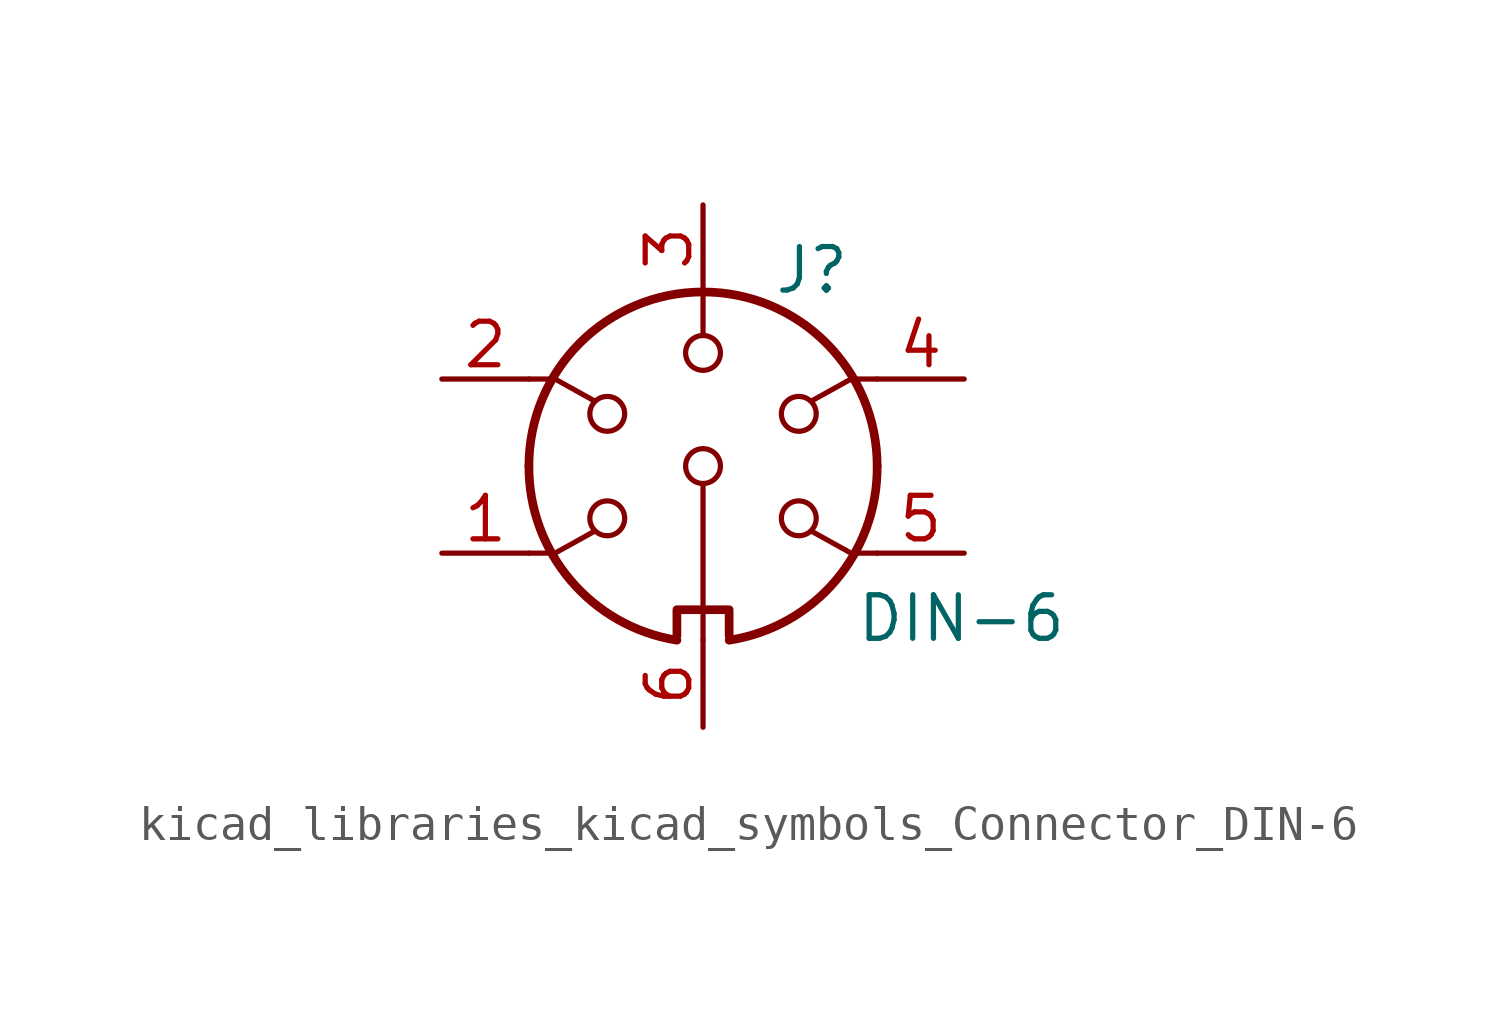
<source format=kicad_sym>
(kicad_symbol_lib
  (version 20220914)
  (generator kicad_symbol_editor)
  (symbol "kicad_libraries_kicad_symbols_Connector_DIN-6"
    (pin_names
      (offset 1.016))
    (property "Reference" "J"
      (at 3.175 5.715 0)
      (effects (font (size 1.27 1.27))))
    (property "Value" "DIN-6"
      (at 4.445 -4.445 0)
      (effects (font (size 1.27 1.27)) (justify left)))
    (symbol "kicad_libraries_kicad_symbols_Connector_DIN-6_0_1"
      (arc (start -5.08 0) (mid -3.8609 -3.3364) (end -0.762 -5.08) (stroke (width 0.254) (type default)) (fill (type none)))
      (circle (center -2.794 -1.524) (radius 0.508) (stroke (width 0) (type default)) (fill (type none)))
      (circle (center -2.794 1.524) (radius 0.508) (stroke (width 0) (type default)) (fill (type none)))
      (polyline (pts (xy 0 -5.08) (xy 0 -0.508)) (stroke (width 0) (type default)) (fill (type none)))
      (polyline (pts (xy 0 5.08) (xy 0 3.81)) (stroke (width 0) (type default)) (fill (type none)))
      (polyline (pts (xy -5.08 -2.54) (xy -4.318 -2.54) (xy -3.175 -1.905)) (stroke (width 0) (type default)) (fill (type none)))
      (polyline (pts (xy -5.08 2.54) (xy -4.318 2.54) (xy -3.175 1.905)) (stroke (width 0) (type default)) (fill (type none)))
      (polyline (pts (xy 5.08 -2.54) (xy 4.318 -2.54) (xy 3.175 -1.905)) (stroke (width 0) (type default)) (fill (type none)))
      (polyline (pts (xy 5.08 2.54) (xy 4.318 2.54) (xy 3.175 1.905)) (stroke (width 0) (type default)) (fill (type none)))
      (polyline (pts (xy -0.762 -4.953) (xy -0.762 -4.191) (xy 0.762 -4.191) (xy 0.762 -4.953)) (stroke (width 0.254) (type default)) (fill (type none)))
      (circle (center 0 0) (radius 0.508) (stroke (width 0) (type default)) (fill (type none)))
      (circle (center 0 3.302) (radius 0.508) (stroke (width 0) (type default)) (fill (type none)))
      (arc (start 0.762 -5.08) (mid 3.8685 -3.343) (end 5.08 0) (stroke (width 0.254) (type default)) (fill (type none)))
      (circle (center 2.794 -1.524) (radius 0.508) (stroke (width 0) (type default)) (fill (type none)))
      (circle (center 2.794 1.524) (radius 0.508) (stroke (width 0) (type default)) (fill (type none)))
      (arc (start 5.08 0) (mid 0 5.0579) (end -5.08 0) (stroke (width 0.254) (type default)) (fill (type none))))
    (symbol "kicad_libraries_kicad_symbols_Connector_DIN-6_1_1"
      (pin passive line (at -7.62 -2.54 0) (length 2.54) (name "~" (effects (font (size 1.27 1.27)))) (number "1" (effects (font (size 1.27 1.27)))))
      (pin passive line (at -7.62 2.54 0) (length 2.54) (name "~" (effects (font (size 1.27 1.27)))) (number "2" (effects (font (size 1.27 1.27)))))
      (pin passive line (at 0 7.62 270) (length 2.54) (name "~" (effects (font (size 1.27 1.27)))) (number "3" (effects (font (size 1.27 1.27)))))
      (pin passive line (at 7.62 2.54 180) (length 2.54) (name "~" (effects (font (size 1.27 1.27)))) (number "4" (effects (font (size 1.27 1.27)))))
      (pin passive line (at 7.62 -2.54 180) (length 2.54) (name "~" (effects (font (size 1.27 1.27)))) (number "5" (effects (font (size 1.27 1.27)))))
      (pin passive line (at 0 -7.62 90) (length 2.54) (name "~" (effects (font (size 1.27 1.27)))) (number "6" (effects (font (size 1.27 1.27))))))))
</source>
